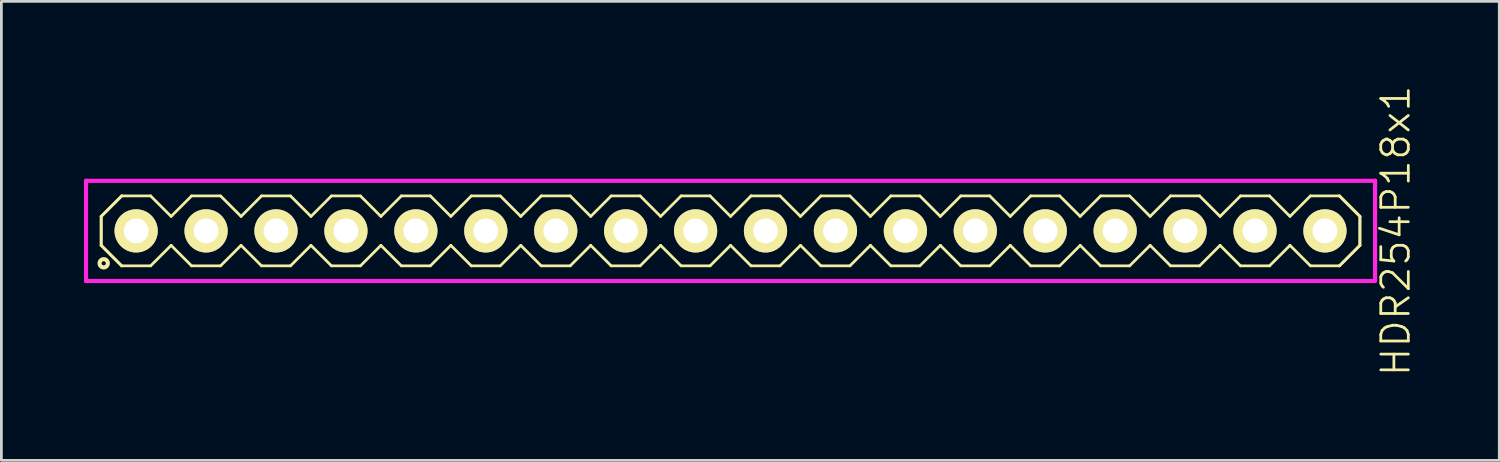
<source format=kicad_pcb>
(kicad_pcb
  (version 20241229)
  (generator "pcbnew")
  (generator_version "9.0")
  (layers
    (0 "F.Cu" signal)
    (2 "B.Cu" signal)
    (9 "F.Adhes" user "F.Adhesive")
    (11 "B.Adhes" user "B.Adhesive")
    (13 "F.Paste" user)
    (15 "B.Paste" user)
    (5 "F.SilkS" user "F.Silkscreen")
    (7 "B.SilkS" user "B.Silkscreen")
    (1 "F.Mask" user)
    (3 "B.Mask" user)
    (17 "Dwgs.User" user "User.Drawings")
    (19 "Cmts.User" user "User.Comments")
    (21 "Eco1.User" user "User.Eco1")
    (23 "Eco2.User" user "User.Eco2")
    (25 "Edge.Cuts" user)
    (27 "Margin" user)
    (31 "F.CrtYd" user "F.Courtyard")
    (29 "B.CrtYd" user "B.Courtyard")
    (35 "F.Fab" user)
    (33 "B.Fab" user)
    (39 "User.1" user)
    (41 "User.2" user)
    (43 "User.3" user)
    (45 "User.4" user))
  (footprint "HDR254P18x1"
    (layer "F.Cu")
    (at 23.485 5.336)
    (property "Reference" "HDR254P18x1" (at 24.16 0 90) (layer "F.SilkS") (effects (font (size 1 1) (thickness 0.1))))
    (attr through_hole)
    (fp_line (start -22.86 -0.526) (end -22.116 -1.27) (stroke (width 0.1) (type solid)) (layer "F.SilkS"))
    (fp_line (start -22.86 -0.526) (end -22.116 -1.27) (stroke (width 0.1) (type solid)) (layer "F.SilkS"))
    (fp_line (start -22.86 0.526) (end -22.86 -0.526) (stroke (width 0.1) (type solid)) (layer "F.SilkS"))
    (fp_line (start -22.86 0.526) (end -22.86 -0.526) (stroke (width 0.1) (type solid)) (layer "F.SilkS"))
    (fp_line (start -22.116 -1.27) (end -21.064 -1.27) (stroke (width 0.1) (type solid)) (layer "F.SilkS"))
    (fp_line (start -22.116 1.27) (end -22.86 0.526) (stroke (width 0.1) (type solid)) (layer "F.SilkS"))
    (fp_line (start -22.116 1.27) (end -22.86 0.526) (stroke (width 0.1) (type solid)) (layer "F.SilkS"))
    (fp_line (start -21.064 -1.27) (end -20.32 -0.526) (stroke (width 0.1) (type solid)) (layer "F.SilkS"))
    (fp_line (start -21.064 1.27) (end -22.116 1.27) (stroke (width 0.1) (type solid)) (layer "F.SilkS"))
    (fp_line (start -20.32 -0.526) (end -19.576 -1.27) (stroke (width 0.1) (type solid)) (layer "F.SilkS"))
    (fp_line (start -20.32 0.526) (end -21.064 1.27) (stroke (width 0.1) (type solid)) (layer "F.SilkS"))
    (fp_line (start -19.576 -1.27) (end -18.524 -1.27) (stroke (width 0.1) (type solid)) (layer "F.SilkS"))
    (fp_line (start -19.576 1.27) (end -20.32 0.526) (stroke (width 0.1) (type solid)) (layer "F.SilkS"))
    (fp_line (start -18.524 -1.27) (end -17.78 -0.526) (stroke (width 0.1) (type solid)) (layer "F.SilkS"))
    (fp_line (start -18.524 1.27) (end -19.576 1.27) (stroke (width 0.1) (type solid)) (layer "F.SilkS"))
    (fp_line (start -17.78 -0.526) (end -17.036 -1.27) (stroke (width 0.1) (type solid)) (layer "F.SilkS"))
    (fp_line (start -17.78 0.526) (end -18.524 1.27) (stroke (width 0.1) (type solid)) (layer "F.SilkS"))
    (fp_line (start -17.036 -1.27) (end -15.984 -1.27) (stroke (width 0.1) (type solid)) (layer "F.SilkS"))
    (fp_line (start -17.036 1.27) (end -17.78 0.526) (stroke (width 0.1) (type solid)) (layer "F.SilkS"))
    (fp_line (start -15.984 -1.27) (end -15.24 -0.526) (stroke (width 0.1) (type solid)) (layer "F.SilkS"))
    (fp_line (start -15.984 1.27) (end -17.036 1.27) (stroke (width 0.1) (type solid)) (layer "F.SilkS"))
    (fp_line (start -15.24 -0.526) (end -14.496 -1.27) (stroke (width 0.1) (type solid)) (layer "F.SilkS"))
    (fp_line (start -15.24 0.526) (end -15.984 1.27) (stroke (width 0.1) (type solid)) (layer "F.SilkS"))
    (fp_line (start -14.496 -1.27) (end -13.444 -1.27) (stroke (width 0.1) (type solid)) (layer "F.SilkS"))
    (fp_line (start -14.496 1.27) (end -15.24 0.526) (stroke (width 0.1) (type solid)) (layer "F.SilkS"))
    (fp_line (start -13.444 -1.27) (end -12.7 -0.526) (stroke (width 0.1) (type solid)) (layer "F.SilkS"))
    (fp_line (start -13.444 1.27) (end -14.496 1.27) (stroke (width 0.1) (type solid)) (layer "F.SilkS"))
    (fp_line (start -12.7 -0.526) (end -11.956 -1.27) (stroke (width 0.1) (type solid)) (layer "F.SilkS"))
    (fp_line (start -12.7 0.526) (end -13.444 1.27) (stroke (width 0.1) (type solid)) (layer "F.SilkS"))
    (fp_line (start -11.956 -1.27) (end -10.904 -1.27) (stroke (width 0.1) (type solid)) (layer "F.SilkS"))
    (fp_line (start -11.956 1.27) (end -12.7 0.526) (stroke (width 0.1) (type solid)) (layer "F.SilkS"))
    (fp_line (start -10.904 -1.27) (end -10.16 -0.526) (stroke (width 0.1) (type solid)) (layer "F.SilkS"))
    (fp_line (start -10.904 1.27) (end -11.956 1.27) (stroke (width 0.1) (type solid)) (layer "F.SilkS"))
    (fp_line (start -10.16 -0.526) (end -9.416 -1.27) (stroke (width 0.1) (type solid)) (layer "F.SilkS"))
    (fp_line (start -10.16 0.526) (end -10.904 1.27) (stroke (width 0.1) (type solid)) (layer "F.SilkS"))
    (fp_line (start -9.416 -1.27) (end -8.364 -1.27) (stroke (width 0.1) (type solid)) (layer "F.SilkS"))
    (fp_line (start -9.416 1.27) (end -10.16 0.526) (stroke (width 0.1) (type solid)) (layer "F.SilkS"))
    (fp_line (start -8.364 -1.27) (end -7.62 -0.526) (stroke (width 0.1) (type solid)) (layer "F.SilkS"))
    (fp_line (start -8.364 1.27) (end -9.416 1.27) (stroke (width 0.1) (type solid)) (layer "F.SilkS"))
    (fp_line (start -7.62 -0.526) (end -6.876 -1.27) (stroke (width 0.1) (type solid)) (layer "F.SilkS"))
    (fp_line (start -7.62 0.526) (end -8.364 1.27) (stroke (width 0.1) (type solid)) (layer "F.SilkS"))
    (fp_line (start -6.876 -1.27) (end -5.824 -1.27) (stroke (width 0.1) (type solid)) (layer "F.SilkS"))
    (fp_line (start -6.876 1.27) (end -7.62 0.526) (stroke (width 0.1) (type solid)) (layer "F.SilkS"))
    (fp_line (start -5.824 -1.27) (end -5.08 -0.526) (stroke (width 0.1) (type solid)) (layer "F.SilkS"))
    (fp_line (start -5.824 1.27) (end -6.876 1.27) (stroke (width 0.1) (type solid)) (layer "F.SilkS"))
    (fp_line (start -5.08 -0.526) (end -4.336 -1.27) (stroke (width 0.1) (type solid)) (layer "F.SilkS"))
    (fp_line (start -5.08 0.526) (end -5.824 1.27) (stroke (width 0.1) (type solid)) (layer "F.SilkS"))
    (fp_line (start -4.336 -1.27) (end -3.284 -1.27) (stroke (width 0.1) (type solid)) (layer "F.SilkS"))
    (fp_line (start -4.336 1.27) (end -5.08 0.526) (stroke (width 0.1) (type solid)) (layer "F.SilkS"))
    (fp_line (start -3.284 -1.27) (end -2.54 -0.526) (stroke (width 0.1) (type solid)) (layer "F.SilkS"))
    (fp_line (start -3.284 1.27) (end -4.336 1.27) (stroke (width 0.1) (type solid)) (layer "F.SilkS"))
    (fp_line (start -2.54 -0.526) (end -1.796 -1.27) (stroke (width 0.1) (type solid)) (layer "F.SilkS"))
    (fp_line (start -2.54 0.526) (end -3.284 1.27) (stroke (width 0.1) (type solid)) (layer "F.SilkS"))
    (fp_line (start -1.796 -1.27) (end -0.744 -1.27) (stroke (width 0.1) (type solid)) (layer "F.SilkS"))
    (fp_line (start -1.796 1.27) (end -2.54 0.526) (stroke (width 0.1) (type solid)) (layer "F.SilkS"))
    (fp_line (start -0.744 -1.27) (end 0 -0.526) (stroke (width 0.1) (type solid)) (layer "F.SilkS"))
    (fp_line (start -0.744 1.27) (end -1.796 1.27) (stroke (width 0.1) (type solid)) (layer "F.SilkS"))
    (fp_line (start 0 -0.526) (end 0.744 -1.27) (stroke (width 0.1) (type solid)) (layer "F.SilkS"))
    (fp_line (start 0 0.526) (end -0.744 1.27) (stroke (width 0.1) (type solid)) (layer "F.SilkS"))
    (fp_line (start 0.744 -1.27) (end 1.796 -1.27) (stroke (width 0.1) (type solid)) (layer "F.SilkS"))
    (fp_line (start 0.744 1.27) (end 0 0.526) (stroke (width 0.1) (type solid)) (layer "F.SilkS"))
    (fp_line (start 1.796 -1.27) (end 2.54 -0.526) (stroke (width 0.1) (type solid)) (layer "F.SilkS"))
    (fp_line (start 1.796 1.27) (end 0.744 1.27) (stroke (width 0.1) (type solid)) (layer "F.SilkS"))
    (fp_line (start 2.54 -0.526) (end 3.284 -1.27) (stroke (width 0.1) (type solid)) (layer "F.SilkS"))
    (fp_line (start 2.54 0.526) (end 1.796 1.27) (stroke (width 0.1) (type solid)) (layer "F.SilkS"))
    (fp_line (start 3.284 -1.27) (end 4.336 -1.27) (stroke (width 0.1) (type solid)) (layer "F.SilkS"))
    (fp_line (start 3.284 1.27) (end 2.54 0.526) (stroke (width 0.1) (type solid)) (layer "F.SilkS"))
    (fp_line (start 4.336 -1.27) (end 5.08 -0.526) (stroke (width 0.1) (type solid)) (layer "F.SilkS"))
    (fp_line (start 4.336 1.27) (end 3.284 1.27) (stroke (width 0.1) (type solid)) (layer "F.SilkS"))
    (fp_line (start 5.08 -0.526) (end 5.824 -1.27) (stroke (width 0.1) (type solid)) (layer "F.SilkS"))
    (fp_line (start 5.08 0.526) (end 4.336 1.27) (stroke (width 0.1) (type solid)) (layer "F.SilkS"))
    (fp_line (start 5.824 -1.27) (end 6.876 -1.27) (stroke (width 0.1) (type solid)) (layer "F.SilkS"))
    (fp_line (start 5.824 1.27) (end 5.08 0.526) (stroke (width 0.1) (type solid)) (layer "F.SilkS"))
    (fp_line (start 6.876 -1.27) (end 7.62 -0.526) (stroke (width 0.1) (type solid)) (layer "F.SilkS"))
    (fp_line (start 6.876 1.27) (end 5.824 1.27) (stroke (width 0.1) (type solid)) (layer "F.SilkS"))
    (fp_line (start 7.62 -0.526) (end 8.364 -1.27) (stroke (width 0.1) (type solid)) (layer "F.SilkS"))
    (fp_line (start 7.62 0.526) (end 6.876 1.27) (stroke (width 0.1) (type solid)) (layer "F.SilkS"))
    (fp_line (start 8.364 -1.27) (end 9.416 -1.27) (stroke (width 0.1) (type solid)) (layer "F.SilkS"))
    (fp_line (start 8.364 1.27) (end 7.62 0.526) (stroke (width 0.1) (type solid)) (layer "F.SilkS"))
    (fp_line (start 9.416 -1.27) (end 10.16 -0.526) (stroke (width 0.1) (type solid)) (layer "F.SilkS"))
    (fp_line (start 9.416 1.27) (end 8.364 1.27) (stroke (width 0.1) (type solid)) (layer "F.SilkS"))
    (fp_line (start 10.16 -0.526) (end 10.904 -1.27) (stroke (width 0.1) (type solid)) (layer "F.SilkS"))
    (fp_line (start 10.16 0.526) (end 9.416 1.27) (stroke (width 0.1) (type solid)) (layer "F.SilkS"))
    (fp_line (start 10.904 -1.27) (end 11.956 -1.27) (stroke (width 0.1) (type solid)) (layer "F.SilkS"))
    (fp_line (start 10.904 1.27) (end 10.16 0.526) (stroke (width 0.1) (type solid)) (layer "F.SilkS"))
    (fp_line (start 11.956 -1.27) (end 12.7 -0.526) (stroke (width 0.1) (type solid)) (layer "F.SilkS"))
    (fp_line (start 11.956 1.27) (end 10.904 1.27) (stroke (width 0.1) (type solid)) (layer "F.SilkS"))
    (fp_line (start 12.7 -0.526) (end 13.444 -1.27) (stroke (width 0.1) (type solid)) (layer "F.SilkS"))
    (fp_line (start 12.7 0.526) (end 11.956 1.27) (stroke (width 0.1) (type solid)) (layer "F.SilkS"))
    (fp_line (start 13.444 -1.27) (end 14.496 -1.27) (stroke (width 0.1) (type solid)) (layer "F.SilkS"))
    (fp_line (start 13.444 1.27) (end 12.7 0.526) (stroke (width 0.1) (type solid)) (layer "F.SilkS"))
    (fp_line (start 14.496 -1.27) (end 15.24 -0.526) (stroke (width 0.1) (type solid)) (layer "F.SilkS"))
    (fp_line (start 14.496 1.27) (end 13.444 1.27) (stroke (width 0.1) (type solid)) (layer "F.SilkS"))
    (fp_line (start 15.24 -0.526) (end 15.984 -1.27) (stroke (width 0.1) (type solid)) (layer "F.SilkS"))
    (fp_line (start 15.24 0.526) (end 14.496 1.27) (stroke (width 0.1) (type solid)) (layer "F.SilkS"))
    (fp_line (start 15.984 -1.27) (end 17.036 -1.27) (stroke (width 0.1) (type solid)) (layer "F.SilkS"))
    (fp_line (start 15.984 1.27) (end 15.24 0.526) (stroke (width 0.1) (type solid)) (layer "F.SilkS"))
    (fp_line (start 17.036 -1.27) (end 17.78 -0.526) (stroke (width 0.1) (type solid)) (layer "F.SilkS"))
    (fp_line (start 17.036 1.27) (end 15.984 1.27) (stroke (width 0.1) (type solid)) (layer "F.SilkS"))
    (fp_line (start 17.78 -0.526) (end 18.524 -1.27) (stroke (width 0.1) (type solid)) (layer "F.SilkS"))
    (fp_line (start 17.78 0.526) (end 17.036 1.27) (stroke (width 0.1) (type solid)) (layer "F.SilkS"))
    (fp_line (start 18.524 -1.27) (end 19.576 -1.27) (stroke (width 0.1) (type solid)) (layer "F.SilkS"))
    (fp_line (start 18.524 1.27) (end 17.78 0.526) (stroke (width 0.1) (type solid)) (layer "F.SilkS"))
    (fp_line (start 19.576 -1.27) (end 20.32 -0.526) (stroke (width 0.1) (type solid)) (layer "F.SilkS"))
    (fp_line (start 19.576 1.27) (end 18.524 1.27) (stroke (width 0.1) (type solid)) (layer "F.SilkS"))
    (fp_line (start 20.32 -0.526) (end 21.064 -1.27) (stroke (width 0.1) (type solid)) (layer "F.SilkS"))
    (fp_line (start 20.32 0.526) (end 19.576 1.27) (stroke (width 0.1) (type solid)) (layer "F.SilkS"))
    (fp_line (start 21.064 -1.27) (end 22.116 -1.27) (stroke (width 0.1) (type solid)) (layer "F.SilkS"))
    (fp_line (start 21.064 1.27) (end 20.32 0.526) (stroke (width 0.1) (type solid)) (layer "F.SilkS"))
    (fp_line (start 22.116 -1.27) (end 22.86 -0.526) (stroke (width 0.1) (type solid)) (layer "F.SilkS"))
    (fp_line (start 22.116 -1.27) (end 22.86 -0.526) (stroke (width 0.1) (type solid)) (layer "F.SilkS"))
    (fp_line (start 22.116 1.27) (end 21.064 1.27) (stroke (width 0.1) (type solid)) (layer "F.SilkS"))
    (fp_line (start 22.86 -0.526) (end 22.86 0.526) (stroke (width 0.1) (type solid)) (layer "F.SilkS"))
    (fp_line (start 22.86 -0.526) (end 22.86 0.526) (stroke (width 0.1) (type solid)) (layer "F.SilkS"))
    (fp_line (start 22.86 0.526) (end 22.116 1.27) (stroke (width 0.1) (type solid)) (layer "F.SilkS"))
    (fp_line (start 22.86 0.526) (end 22.116 1.27) (stroke (width 0.1) (type solid)) (layer "F.SilkS"))
    (fp_circle (center -22.768 1.178) (end -22.618 1.178) (stroke (width 0.15) (type solid)) (fill no) (layer "F.SilkS"))
    (fp_line (start -23.41 -1.82) (end -23.41 1.82) (stroke (width 0.15) (type solid)) (layer "F.CrtYd"))
    (fp_line (start -23.41 1.82) (end 23.41 1.82) (stroke (width 0.15) (type solid)) (layer "F.CrtYd"))
    (fp_line (start 23.41 -1.82) (end -23.41 -1.82) (stroke (width 0.15) (type solid)) (layer "F.CrtYd"))
    (fp_line (start 23.41 1.82) (end 23.41 -1.82) (stroke (width 0.15) (type solid)) (layer "F.CrtYd"))
    (pad "1" thru_hole oval (at -21.59 0) (size 1.57 1.57) (drill 0.9) (layers "*.Cu" "*.Mask" "F.SilkS"))
    (pad "2" thru_hole oval (at -19.05 0) (size 1.57 1.57) (drill 0.9) (layers "*.Cu" "*.Mask" "F.SilkS"))
    (pad "3" thru_hole oval (at -16.51 0) (size 1.57 1.57) (drill 0.9) (layers "*.Cu" "*.Mask" "F.SilkS"))
    (pad "4" thru_hole oval (at -13.97 0) (size 1.57 1.57) (drill 0.9) (layers "*.Cu" "*.Mask" "F.SilkS"))
    (pad "5" thru_hole oval (at -11.43 0) (size 1.57 1.57) (drill 0.9) (layers "*.Cu" "*.Mask" "F.SilkS"))
    (pad "6" thru_hole oval (at -8.89 0) (size 1.57 1.57) (drill 0.9) (layers "*.Cu" "*.Mask" "F.SilkS"))
    (pad "7" thru_hole oval (at -6.35 0) (size 1.57 1.57) (drill 0.9) (layers "*.Cu" "*.Mask" "F.SilkS"))
    (pad "8" thru_hole oval (at -3.81 0) (size 1.57 1.57) (drill 0.9) (layers "*.Cu" "*.Mask" "F.SilkS"))
    (pad "9" thru_hole oval (at -1.27 0) (size 1.57 1.57) (drill 0.9) (layers "*.Cu" "*.Mask" "F.SilkS"))
    (pad "10" thru_hole oval (at 1.27 0) (size 1.57 1.57) (drill 0.9) (layers "*.Cu" "*.Mask" "F.SilkS"))
    (pad "11" thru_hole oval (at 3.81 0) (size 1.57 1.57) (drill 0.9) (layers "*.Cu" "*.Mask" "F.SilkS"))
    (pad "12" thru_hole oval (at 6.35 0) (size 1.57 1.57) (drill 0.9) (layers "*.Cu" "*.Mask" "F.SilkS"))
    (pad "13" thru_hole oval (at 8.89 0) (size 1.57 1.57) (drill 0.9) (layers "*.Cu" "*.Mask" "F.SilkS"))
    (pad "14" thru_hole oval (at 11.43 0) (size 1.57 1.57) (drill 0.9) (layers "*.Cu" "*.Mask" "F.SilkS"))
    (pad "15" thru_hole oval (at 13.97 0) (size 1.57 1.57) (drill 0.9) (layers "*.Cu" "*.Mask" "F.SilkS"))
    (pad "16" thru_hole oval (at 16.51 0) (size 1.57 1.57) (drill 0.9) (layers "*.Cu" "*.Mask" "F.SilkS"))
    (pad "17" thru_hole oval (at 19.05 0) (size 1.57 1.57) (drill 0.9) (layers "*.Cu" "*.Mask" "F.SilkS"))
    (pad "18" thru_hole oval (at 21.59 0) (size 1.57 1.57) (drill 0.9) (layers "*.Cu" "*.Mask" "F.SilkS")))
  (gr_rect
    (start -3 -3)
    (end 51.406 13.671)
    (stroke (width 0.1) (type default))
    (fill no)
    (layer "Edge.Cuts")))
</source>
